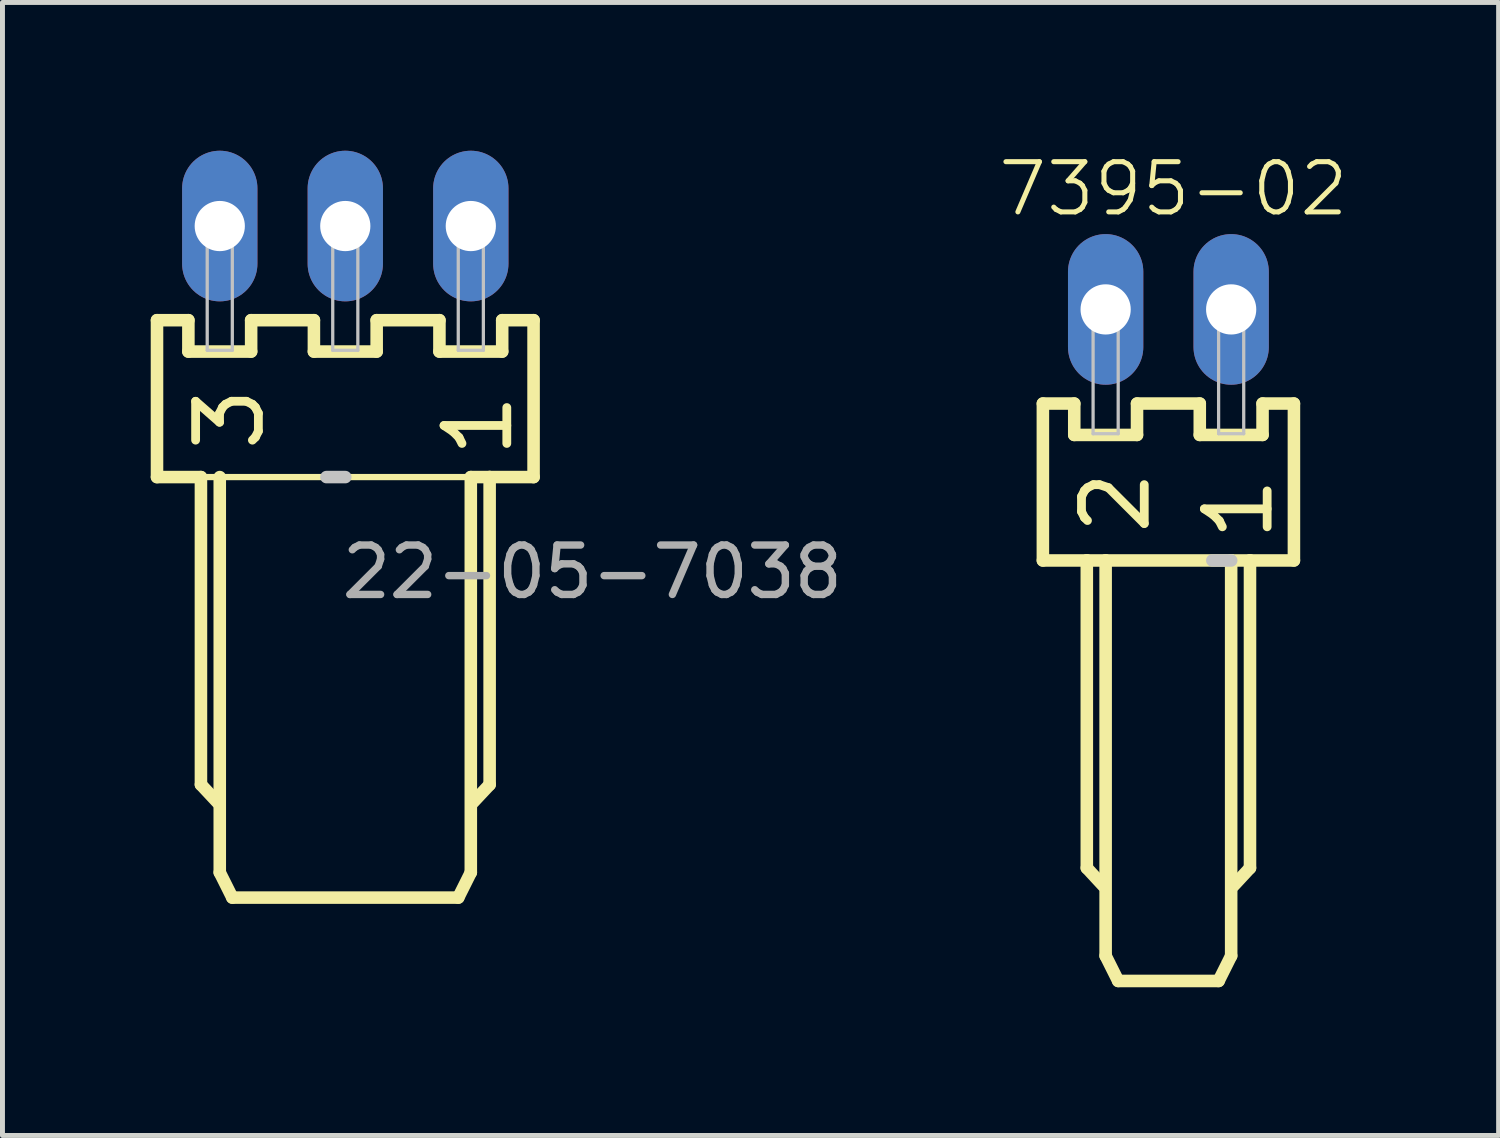
<source format=kicad_pcb>
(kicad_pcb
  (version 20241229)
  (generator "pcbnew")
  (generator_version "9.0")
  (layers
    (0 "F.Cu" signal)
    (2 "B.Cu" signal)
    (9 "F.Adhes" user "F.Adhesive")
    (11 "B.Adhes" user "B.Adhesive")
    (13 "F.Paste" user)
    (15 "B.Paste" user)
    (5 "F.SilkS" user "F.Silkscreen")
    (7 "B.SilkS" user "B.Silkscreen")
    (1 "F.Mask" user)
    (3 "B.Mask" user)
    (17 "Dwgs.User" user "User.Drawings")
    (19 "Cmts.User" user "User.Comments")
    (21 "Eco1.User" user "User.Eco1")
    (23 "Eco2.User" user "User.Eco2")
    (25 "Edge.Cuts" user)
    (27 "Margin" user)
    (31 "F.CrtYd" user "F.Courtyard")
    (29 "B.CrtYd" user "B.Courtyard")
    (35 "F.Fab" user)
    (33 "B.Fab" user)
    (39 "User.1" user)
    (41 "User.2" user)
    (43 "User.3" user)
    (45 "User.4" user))
  (footprint "7395-02"
    (layer "F.Cu")
    (at 20.593 3.211)
    (property "Reference" "7395-02" (at 0.099 -2.438 180) (layer "F.SilkS") (effects (font (size 1.016 1.016) (thickness 0.102))))
    (attr exclude_from_pos_files exclude_from_bom)
    (fp_line (start -2.54 1.905) (end -2.54 5.08) (stroke (width 0.254) (type solid)) (layer "F.SilkS"))
    (fp_line (start -2.54 5.08) (end -1.651 5.08) (stroke (width 0.254) (type solid)) (layer "F.SilkS"))
    (fp_line (start -1.905 1.905) (end -2.54 1.905) (stroke (width 0.254) (type solid)) (layer "F.SilkS"))
    (fp_line (start -1.905 2.54) (end -1.905 1.905) (stroke (width 0.254) (type solid)) (layer "F.SilkS"))
    (fp_line (start -1.651 5.08) (end -1.651 11.303) (stroke (width 0.254) (type solid)) (layer "F.SilkS"))
    (fp_line (start -1.651 5.08) (end -1.27 5.08) (stroke (width 0.254) (type solid)) (layer "F.SilkS"))
    (fp_line (start -1.651 11.303) (end -1.321 11.659) (stroke (width 0.254) (type solid)) (layer "F.SilkS"))
    (fp_line (start -1.27 5.08) (end -1.27 13.081) (stroke (width 0.254) (type solid)) (layer "F.SilkS"))
    (fp_line (start -1.27 5.08) (end 1.27 5.08) (stroke (width 0.254) (type solid)) (layer "F.SilkS"))
    (fp_line (start -1.27 13.081) (end -1.016 13.589) (stroke (width 0.254) (type solid)) (layer "F.SilkS"))
    (fp_line (start -0.635 1.905) (end -0.635 2.54) (stroke (width 0.254) (type solid)) (layer "F.SilkS"))
    (fp_line (start -0.635 2.54) (end -1.905 2.54) (stroke (width 0.254) (type solid)) (layer "F.SilkS"))
    (fp_line (start 0.635 1.905) (end -0.635 1.905) (stroke (width 0.254) (type solid)) (layer "F.SilkS"))
    (fp_line (start 0.635 2.54) (end 0.635 1.905) (stroke (width 0.254) (type solid)) (layer "F.SilkS"))
    (fp_line (start 1.016 13.589) (end -1.016 13.589) (stroke (width 0.254) (type solid)) (layer "F.SilkS"))
    (fp_line (start 1.27 5.08) (end 1.27 13.081) (stroke (width 0.254) (type solid)) (layer "F.SilkS"))
    (fp_line (start 1.27 5.08) (end 1.651 5.08) (stroke (width 0.254) (type solid)) (layer "F.SilkS"))
    (fp_line (start 1.27 13.081) (end 1.016 13.589) (stroke (width 0.254) (type solid)) (layer "F.SilkS"))
    (fp_line (start 1.651 5.08) (end 1.651 11.303) (stroke (width 0.254) (type solid)) (layer "F.SilkS"))
    (fp_line (start 1.651 5.08) (end 2.54 5.08) (stroke (width 0.254) (type solid)) (layer "F.SilkS"))
    (fp_line (start 1.651 11.303) (end 1.321 11.659) (stroke (width 0.254) (type solid)) (layer "F.SilkS"))
    (fp_line (start 1.905 1.905) (end 1.905 2.54) (stroke (width 0.254) (type solid)) (layer "F.SilkS"))
    (fp_line (start 1.905 2.54) (end 0.635 2.54) (stroke (width 0.254) (type solid)) (layer "F.SilkS"))
    (fp_line (start 2.54 1.905) (end 1.905 1.905) (stroke (width 0.254) (type solid)) (layer "F.SilkS"))
    (fp_line (start 2.54 5.08) (end 2.54 1.905) (stroke (width 0.254) (type solid)) (layer "F.SilkS"))
    (fp_line (start -1.524 -0.254) (end -1.016 -0.254) (stroke (width 0.066) (type solid)) (layer "Dwgs.User"))
    (fp_line (start -1.524 0.254) (end -1.524 -0.254) (stroke (width 0.066) (type solid)) (layer "Dwgs.User"))
    (fp_line (start -1.524 0.254) (end -1.016 0.254) (stroke (width 0.066) (type solid)) (layer "Dwgs.User"))
    (fp_line (start -1.524 0.279) (end -1.016 0.279) (stroke (width 0.066) (type solid)) (layer "Dwgs.User"))
    (fp_line (start -1.524 2.515) (end -1.524 0.279) (stroke (width 0.066) (type solid)) (layer "Dwgs.User"))
    (fp_line (start -1.524 2.515) (end -1.016 2.515) (stroke (width 0.066) (type solid)) (layer "Dwgs.User"))
    (fp_line (start -1.016 0.254) (end -1.016 -0.254) (stroke (width 0.066) (type solid)) (layer "Dwgs.User"))
    (fp_line (start -1.016 2.515) (end -1.016 0.279) (stroke (width 0.066) (type solid)) (layer "Dwgs.User"))
    (fp_line (start 1.016 -0.254) (end 1.524 -0.254) (stroke (width 0.066) (type solid)) (layer "Dwgs.User"))
    (fp_line (start 1.016 0.254) (end 1.016 -0.254) (stroke (width 0.066) (type solid)) (layer "Dwgs.User"))
    (fp_line (start 1.016 0.254) (end 1.524 0.254) (stroke (width 0.066) (type solid)) (layer "Dwgs.User"))
    (fp_line (start 1.016 0.279) (end 1.524 0.279) (stroke (width 0.066) (type solid)) (layer "Dwgs.User"))
    (fp_line (start 1.016 2.515) (end 1.016 0.279) (stroke (width 0.066) (type solid)) (layer "Dwgs.User"))
    (fp_line (start 1.016 2.515) (end 1.524 2.515) (stroke (width 0.066) (type solid)) (layer "Dwgs.User"))
    (fp_line (start 1.27 5.08) (end 0.889 5.08) (stroke (width 0.254) (type solid)) (layer "Dwgs.User"))
    (fp_line (start 1.524 0.254) (end 1.524 -0.254) (stroke (width 0.066) (type solid)) (layer "Dwgs.User"))
    (fp_line (start 1.524 2.515) (end 1.524 0.279) (stroke (width 0.066) (type solid)) (layer "Dwgs.User"))
    (fp_text user "2" (at -1.067 3.909 270) (layer "F.SilkS") (effects (font (size 1.27 1.27) (thickness 0.178))))
    (fp_text user "1" (at 1.42 4.036 270) (layer "F.SilkS") (effects (font (size 1.27 1.27) (thickness 0.178))))
    (pad "1" thru_hole oval (at 1.27 0 180) (size 1.524 3.048) (drill 1.016) (layers "*.Cu" "*.Paste" "*.Mask"))
    (pad "2" thru_hole oval (at -1.27 0 180) (size 1.524 3.048) (drill 1.016) (layers "*.Cu" "*.Paste" "*.Mask")))
  (footprint "22-05-7038"
    (layer "F.Cu")
    (at 3.937 1.524)
    (property "Reference" "22-05-7038" (at 5 7 0) (layer "F.Fab") (effects (font (size 1 1) (thickness 0.15))))
    (attr exclude_from_pos_files exclude_from_bom)
    (fp_line (start -3.81 1.905) (end -3.81 5.08) (stroke (width 0.254) (type solid)) (layer "F.SilkS"))
    (fp_line (start -3.81 5.08) (end -2.921 5.08) (stroke (width 0.254) (type solid)) (layer "F.SilkS"))
    (fp_line (start -3.175 1.905) (end -3.81 1.905) (stroke (width 0.254) (type solid)) (layer "F.SilkS"))
    (fp_line (start -3.175 2.54) (end -3.175 1.905) (stroke (width 0.254) (type solid)) (layer "F.SilkS"))
    (fp_line (start -2.921 5.08) (end -2.921 11.303) (stroke (width 0.254) (type solid)) (layer "F.SilkS"))
    (fp_line (start -2.921 5.08) (end -2.54 5.08) (stroke (width 0.127) (type solid)) (layer "F.SilkS"))
    (fp_line (start -2.921 11.303) (end -2.588 11.659) (stroke (width 0.254) (type solid)) (layer "F.SilkS"))
    (fp_line (start -2.54 5.08) (end -2.54 13.081) (stroke (width 0.254) (type solid)) (layer "F.SilkS"))
    (fp_line (start -2.54 5.08) (end 2.54 5.08) (stroke (width 0.127) (type solid)) (layer "F.SilkS"))
    (fp_line (start -2.54 13.081) (end -2.286 13.589) (stroke (width 0.254) (type solid)) (layer "F.SilkS"))
    (fp_line (start -1.905 1.905) (end -1.905 2.54) (stroke (width 0.254) (type solid)) (layer "F.SilkS"))
    (fp_line (start -1.905 2.54) (end -3.175 2.54) (stroke (width 0.254) (type solid)) (layer "F.SilkS"))
    (fp_line (start -0.635 1.905) (end -1.905 1.905) (stroke (width 0.254) (type solid)) (layer "F.SilkS"))
    (fp_line (start -0.635 2.54) (end -0.635 1.905) (stroke (width 0.254) (type solid)) (layer "F.SilkS"))
    (fp_line (start 0.635 1.905) (end 0.635 2.54) (stroke (width 0.254) (type solid)) (layer "F.SilkS"))
    (fp_line (start 0.635 2.54) (end -0.635 2.54) (stroke (width 0.254) (type solid)) (layer "F.SilkS"))
    (fp_line (start 1.905 1.905) (end 0.635 1.905) (stroke (width 0.254) (type solid)) (layer "F.SilkS"))
    (fp_line (start 1.905 2.54) (end 1.905 1.905) (stroke (width 0.254) (type solid)) (layer "F.SilkS"))
    (fp_line (start 2.286 13.589) (end -2.286 13.589) (stroke (width 0.254) (type solid)) (layer "F.SilkS"))
    (fp_line (start 2.54 5.08) (end 2.54 13.081) (stroke (width 0.254) (type solid)) (layer "F.SilkS"))
    (fp_line (start 2.54 5.08) (end 2.921 5.08) (stroke (width 0.254) (type solid)) (layer "F.SilkS"))
    (fp_line (start 2.54 13.081) (end 2.286 13.589) (stroke (width 0.254) (type solid)) (layer "F.SilkS"))
    (fp_line (start 2.921 5.08) (end 2.921 11.303) (stroke (width 0.254) (type solid)) (layer "F.SilkS"))
    (fp_line (start 2.921 5.08) (end 3.81 5.08) (stroke (width 0.254) (type solid)) (layer "F.SilkS"))
    (fp_line (start 2.921 11.303) (end 2.588 11.659) (stroke (width 0.254) (type solid)) (layer "F.SilkS"))
    (fp_line (start 3.175 1.905) (end 3.175 2.54) (stroke (width 0.254) (type solid)) (layer "F.SilkS"))
    (fp_line (start 3.175 2.54) (end 1.905 2.54) (stroke (width 0.254) (type solid)) (layer "F.SilkS"))
    (fp_line (start 3.81 1.905) (end 3.175 1.905) (stroke (width 0.254) (type solid)) (layer "F.SilkS"))
    (fp_line (start 3.81 5.08) (end 3.81 1.905) (stroke (width 0.254) (type solid)) (layer "F.SilkS"))
    (fp_line (start -2.794 -0.254) (end -2.286 -0.254) (stroke (width 0.066) (type solid)) (layer "Dwgs.User"))
    (fp_line (start -2.794 0.254) (end -2.794 -0.254) (stroke (width 0.066) (type solid)) (layer "Dwgs.User"))
    (fp_line (start -2.794 0.254) (end -2.286 0.254) (stroke (width 0.066) (type solid)) (layer "Dwgs.User"))
    (fp_line (start -2.794 0.279) (end -2.286 0.279) (stroke (width 0.066) (type solid)) (layer "Dwgs.User"))
    (fp_line (start -2.794 2.515) (end -2.794 0.279) (stroke (width 0.066) (type solid)) (layer "Dwgs.User"))
    (fp_line (start -2.794 2.515) (end -2.286 2.515) (stroke (width 0.066) (type solid)) (layer "Dwgs.User"))
    (fp_line (start -2.286 0.254) (end -2.286 -0.254) (stroke (width 0.066) (type solid)) (layer "Dwgs.User"))
    (fp_line (start -2.286 2.515) (end -2.286 0.279) (stroke (width 0.066) (type solid)) (layer "Dwgs.User"))
    (fp_line (start -0.254 -0.254) (end 0.254 -0.254) (stroke (width 0.066) (type solid)) (layer "Dwgs.User"))
    (fp_line (start -0.254 0.254) (end -0.254 -0.254) (stroke (width 0.066) (type solid)) (layer "Dwgs.User"))
    (fp_line (start -0.254 0.254) (end 0.254 0.254) (stroke (width 0.066) (type solid)) (layer "Dwgs.User"))
    (fp_line (start -0.254 0.279) (end 0.254 0.279) (stroke (width 0.066) (type solid)) (layer "Dwgs.User"))
    (fp_line (start -0.254 2.515) (end -0.254 0.279) (stroke (width 0.066) (type solid)) (layer "Dwgs.User"))
    (fp_line (start -0.254 2.515) (end 0.254 2.515) (stroke (width 0.066) (type solid)) (layer "Dwgs.User"))
    (fp_line (start 0 5.08) (end -0.381 5.08) (stroke (width 0.254) (type solid)) (layer "Dwgs.User"))
    (fp_line (start 0.254 0.254) (end 0.254 -0.254) (stroke (width 0.066) (type solid)) (layer "Dwgs.User"))
    (fp_line (start 0.254 2.515) (end 0.254 0.279) (stroke (width 0.066) (type solid)) (layer "Dwgs.User"))
    (fp_line (start 2.286 -0.254) (end 2.794 -0.254) (stroke (width 0.066) (type solid)) (layer "Dwgs.User"))
    (fp_line (start 2.286 0.254) (end 2.286 -0.254) (stroke (width 0.066) (type solid)) (layer "Dwgs.User"))
    (fp_line (start 2.286 0.254) (end 2.794 0.254) (stroke (width 0.066) (type solid)) (layer "Dwgs.User"))
    (fp_line (start 2.286 0.279) (end 2.794 0.279) (stroke (width 0.066) (type solid)) (layer "Dwgs.User"))
    (fp_line (start 2.286 2.515) (end 2.286 0.279) (stroke (width 0.066) (type solid)) (layer "Dwgs.User"))
    (fp_line (start 2.286 2.515) (end 2.794 2.515) (stroke (width 0.066) (type solid)) (layer "Dwgs.User"))
    (fp_line (start 2.794 0.254) (end 2.794 -0.254) (stroke (width 0.066) (type solid)) (layer "Dwgs.User"))
    (fp_line (start 2.794 2.515) (end 2.794 0.279) (stroke (width 0.066) (type solid)) (layer "Dwgs.User"))
    (fp_text user "1" (at 2.69 4.036 270) (layer "F.SilkS") (effects (font (size 1.27 1.27) (thickness 0.178))))
    (fp_text user "3" (at -2.337 3.909 270) (layer "F.SilkS") (effects (font (size 1.27 1.27) (thickness 0.178))))
    (pad "1" thru_hole oval (at 2.54 0 180) (size 1.524 3.048) (drill 1.016) (layers "*.Cu" "*.Paste" "*.Mask"))
    (pad "2" thru_hole oval (at 0 0 180) (size 1.524 3.048) (drill 1.016) (layers "*.Cu" "*.Paste" "*.Mask"))
    (pad "3" thru_hole oval (at -2.54 0 180) (size 1.524 3.048) (drill 1.016) (layers "*.Cu" "*.Paste" "*.Mask")))
  (gr_rect
    (start -3 -3)
    (end 27.275 19.927)
    (stroke (width 0.1) (type default))
    (fill no)
    (layer "Edge.Cuts")))
</source>
